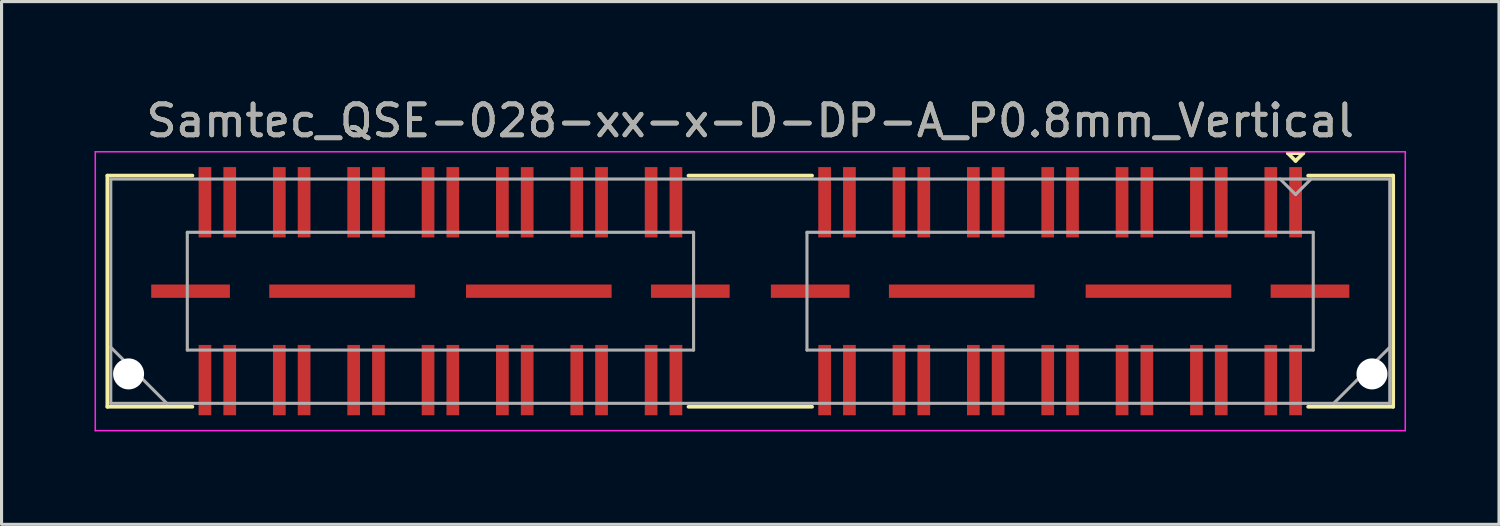
<source format=kicad_pcb>
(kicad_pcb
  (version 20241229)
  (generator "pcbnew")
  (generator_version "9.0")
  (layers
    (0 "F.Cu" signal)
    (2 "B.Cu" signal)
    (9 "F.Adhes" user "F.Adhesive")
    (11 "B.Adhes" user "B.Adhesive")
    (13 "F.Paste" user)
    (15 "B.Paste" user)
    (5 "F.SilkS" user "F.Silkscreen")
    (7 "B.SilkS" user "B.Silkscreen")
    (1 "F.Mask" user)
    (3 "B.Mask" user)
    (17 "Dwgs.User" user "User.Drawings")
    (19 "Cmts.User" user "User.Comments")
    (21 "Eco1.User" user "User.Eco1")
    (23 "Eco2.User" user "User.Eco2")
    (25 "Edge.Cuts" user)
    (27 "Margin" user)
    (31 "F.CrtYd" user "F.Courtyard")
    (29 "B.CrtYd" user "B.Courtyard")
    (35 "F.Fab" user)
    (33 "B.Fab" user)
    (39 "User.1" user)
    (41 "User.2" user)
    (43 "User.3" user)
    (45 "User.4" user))
  (footprint "Samtec_QSE-028-xx-x-D-DP-A_P0.8mm_Vertical"
    (layer "F.Cu")
    (at 21.165 6.348)
    (property "Reference" "Samtec_QSE-028-xx-x-D-DP-A_P0.8mm_Vertical" (at 0 -5.5 0) (layer "F.SilkS") (effects (font (size 1 1) (thickness 0.15))))
    (attr smd)
    (fp_line (start -20.75 -3.73) (end -18.005 -3.73) (stroke (width 0.12) (type solid)) (layer "F.SilkS"))
    (fp_line (start -20.75 3.73) (end -20.75 -3.73) (stroke (width 0.12) (type solid)) (layer "F.SilkS"))
    (fp_line (start -18.005 3.73) (end -20.75 3.73) (stroke (width 0.12) (type solid)) (layer "F.SilkS"))
    (fp_line (start 1.995 -3.73) (end -1.995 -3.73) (stroke (width 0.12) (type solid)) (layer "F.SilkS"))
    (fp_line (start 1.995 3.73) (end -1.995 3.73) (stroke (width 0.12) (type solid)) (layer "F.SilkS"))
    (fp_line (start 17.35 -4.455) (end 17.85 -4.455) (stroke (width 0.12) (type solid)) (layer "F.SilkS"))
    (fp_line (start 17.6 -4.205) (end 17.35 -4.455) (stroke (width 0.12) (type solid)) (layer "F.SilkS"))
    (fp_line (start 17.85 -4.455) (end 17.6 -4.205) (stroke (width 0.12) (type solid)) (layer "F.SilkS"))
    (fp_line (start 18.005 3.73) (end 20.75 3.73) (stroke (width 0.12) (type solid)) (layer "F.SilkS"))
    (fp_line (start 20.75 -3.73) (end 18.005 -3.73) (stroke (width 0.12) (type solid)) (layer "F.SilkS"))
    (fp_line (start 20.75 3.73) (end 20.75 -3.73) (stroke (width 0.12) (type solid)) (layer "F.SilkS"))
    (fp_line (start -21.14 -4.5) (end -21.14 4.5) (stroke (width 0.05) (type solid)) (layer "F.CrtYd"))
    (fp_line (start -21.14 4.5) (end 21.14 4.5) (stroke (width 0.05) (type solid)) (layer "F.CrtYd"))
    (fp_line (start 21.14 -4.5) (end -21.14 -4.5) (stroke (width 0.05) (type solid)) (layer "F.CrtYd"))
    (fp_line (start 21.14 4.5) (end 21.14 -4.5) (stroke (width 0.05) (type solid)) (layer "F.CrtYd"))
    (fp_line (start -20.64 -3.62) (end -20.64 3.62) (stroke (width 0.1) (type solid)) (layer "F.Fab"))
    (fp_line (start -20.64 1.81) (end -18.83 3.62) (stroke (width 0.1) (type solid)) (layer "F.Fab"))
    (fp_line (start -20.64 3.62) (end 20.64 3.62) (stroke (width 0.1) (type solid)) (layer "F.Fab"))
    (fp_line (start -18.17 -1.9) (end -18.17 1.9) (stroke (width 0.1) (type solid)) (layer "F.Fab"))
    (fp_line (start -18.17 1.9) (end -1.83 1.9) (stroke (width 0.1) (type solid)) (layer "F.Fab"))
    (fp_line (start -1.83 -1.9) (end -18.17 -1.9) (stroke (width 0.1) (type solid)) (layer "F.Fab"))
    (fp_line (start -1.83 1.9) (end -1.83 -1.9) (stroke (width 0.1) (type solid)) (layer "F.Fab"))
    (fp_line (start 1.83 -1.9) (end 1.83 1.9) (stroke (width 0.1) (type solid)) (layer "F.Fab"))
    (fp_line (start 1.83 1.9) (end 18.17 1.9) (stroke (width 0.1) (type solid)) (layer "F.Fab"))
    (fp_line (start 17.6 -3.12) (end 17.1 -3.62) (stroke (width 0.1) (type solid)) (layer "F.Fab"))
    (fp_line (start 18.1 -3.62) (end 17.6 -3.12) (stroke (width 0.1) (type solid)) (layer "F.Fab"))
    (fp_line (start 18.17 -1.9) (end 1.83 -1.9) (stroke (width 0.1) (type solid)) (layer "F.Fab"))
    (fp_line (start 18.17 1.9) (end 18.17 -1.9) (stroke (width 0.1) (type solid)) (layer "F.Fab"))
    (fp_line (start 20.64 -3.62) (end -20.64 -3.62) (stroke (width 0.1) (type solid)) (layer "F.Fab"))
    (fp_line (start 20.64 1.81) (end 18.83 3.62) (stroke (width 0.1) (type solid)) (layer "F.Fab"))
    (fp_line (start 20.64 3.62) (end 20.64 -3.62) (stroke (width 0.1) (type solid)) (layer "F.Fab"))
    (fp_text user "${REFERENCE}" (at 0 -5.5 0) (layer "F.Fab") (effects (font (size 1 1) (thickness 0.15))))
    (pad "" np_thru_hole circle (at -20.065 2.67) (size 1 1) (drill 1) (layers "*.Cu" "*.Mask"))
    (pad "" np_thru_hole circle (at 20.065 2.67) (size 1 1) (drill 1) (layers "*.Cu" "*.Mask"))
    (pad "1" smd rect (at 17.6 -2.87) (size 0.41 2.27) (layers "F.Cu" "F.Mask" "F.Paste"))
    (pad "2" smd rect (at 17.6 2.87) (size 0.41 2.27) (layers "F.Cu" "F.Mask" "F.Paste"))
    (pad "3" smd rect (at 16.8 -2.87) (size 0.41 2.27) (layers "F.Cu" "F.Mask" "F.Paste"))
    (pad "4" smd rect (at 16.8 2.87) (size 0.41 2.27) (layers "F.Cu" "F.Mask" "F.Paste"))
    (pad "5" smd rect (at 15.2 -2.87) (size 0.41 2.27) (layers "F.Cu" "F.Mask" "F.Paste"))
    (pad "6" smd rect (at 15.2 2.87) (size 0.41 2.27) (layers "F.Cu" "F.Mask" "F.Paste"))
    (pad "7" smd rect (at 14.4 -2.87) (size 0.41 2.27) (layers "F.Cu" "F.Mask" "F.Paste"))
    (pad "8" smd rect (at 14.4 2.87) (size 0.41 2.27) (layers "F.Cu" "F.Mask" "F.Paste"))
    (pad "9" smd rect (at 12.8 -2.87) (size 0.41 2.27) (layers "F.Cu" "F.Mask" "F.Paste"))
    (pad "10" smd rect (at 12.8 2.87) (size 0.41 2.27) (layers "F.Cu" "F.Mask" "F.Paste"))
    (pad "11" smd rect (at 12 -2.87) (size 0.41 2.27) (layers "F.Cu" "F.Mask" "F.Paste"))
    (pad "12" smd rect (at 12 2.87) (size 0.41 2.27) (layers "F.Cu" "F.Mask" "F.Paste"))
    (pad "13" smd rect (at 10.4 -2.87) (size 0.41 2.27) (layers "F.Cu" "F.Mask" "F.Paste"))
    (pad "14" smd rect (at 10.4 2.87) (size 0.41 2.27) (layers "F.Cu" "F.Mask" "F.Paste"))
    (pad "15" smd rect (at 9.6 -2.87) (size 0.41 2.27) (layers "F.Cu" "F.Mask" "F.Paste"))
    (pad "16" smd rect (at 9.6 2.87) (size 0.41 2.27) (layers "F.Cu" "F.Mask" "F.Paste"))
    (pad "17" smd rect (at 8 -2.87) (size 0.41 2.27) (layers "F.Cu" "F.Mask" "F.Paste"))
    (pad "18" smd rect (at 8 2.87) (size 0.41 2.27) (layers "F.Cu" "F.Mask" "F.Paste"))
    (pad "19" smd rect (at 7.2 -2.87) (size 0.41 2.27) (layers "F.Cu" "F.Mask" "F.Paste"))
    (pad "20" smd rect (at 7.2 2.87) (size 0.41 2.27) (layers "F.Cu" "F.Mask" "F.Paste"))
    (pad "21" smd rect (at 5.6 -2.87) (size 0.41 2.27) (layers "F.Cu" "F.Mask" "F.Paste"))
    (pad "22" smd rect (at 5.6 2.87) (size 0.41 2.27) (layers "F.Cu" "F.Mask" "F.Paste"))
    (pad "23" smd rect (at 4.8 -2.87) (size 0.41 2.27) (layers "F.Cu" "F.Mask" "F.Paste"))
    (pad "24" smd rect (at 4.8 2.87) (size 0.41 2.27) (layers "F.Cu" "F.Mask" "F.Paste"))
    (pad "25" smd rect (at 3.2 -2.87) (size 0.41 2.27) (layers "F.Cu" "F.Mask" "F.Paste"))
    (pad "26" smd rect (at 3.2 2.87) (size 0.41 2.27) (layers "F.Cu" "F.Mask" "F.Paste"))
    (pad "27" smd rect (at 2.4 -2.87) (size 0.41 2.27) (layers "F.Cu" "F.Mask" "F.Paste"))
    (pad "28" smd rect (at 2.4 2.87) (size 0.41 2.27) (layers "F.Cu" "F.Mask" "F.Paste"))
    (pad "29" smd rect (at -2.4 -2.87) (size 0.41 2.27) (layers "F.Cu" "F.Mask" "F.Paste"))
    (pad "30" smd rect (at -2.4 2.87) (size 0.41 2.27) (layers "F.Cu" "F.Mask" "F.Paste"))
    (pad "31" smd rect (at -3.2 -2.87) (size 0.41 2.27) (layers "F.Cu" "F.Mask" "F.Paste"))
    (pad "32" smd rect (at -3.2 2.87) (size 0.41 2.27) (layers "F.Cu" "F.Mask" "F.Paste"))
    (pad "33" smd rect (at -4.8 -2.87) (size 0.41 2.27) (layers "F.Cu" "F.Mask" "F.Paste"))
    (pad "34" smd rect (at -4.8 2.87) (size 0.41 2.27) (layers "F.Cu" "F.Mask" "F.Paste"))
    (pad "35" smd rect (at -5.6 -2.87) (size 0.41 2.27) (layers "F.Cu" "F.Mask" "F.Paste"))
    (pad "36" smd rect (at -5.6 2.87) (size 0.41 2.27) (layers "F.Cu" "F.Mask" "F.Paste"))
    (pad "37" smd rect (at -7.2 -2.87) (size 0.41 2.27) (layers "F.Cu" "F.Mask" "F.Paste"))
    (pad "38" smd rect (at -7.2 2.87) (size 0.41 2.27) (layers "F.Cu" "F.Mask" "F.Paste"))
    (pad "39" smd rect (at -8 -2.87) (size 0.41 2.27) (layers "F.Cu" "F.Mask" "F.Paste"))
    (pad "40" smd rect (at -8 2.87) (size 0.41 2.27) (layers "F.Cu" "F.Mask" "F.Paste"))
    (pad "41" smd rect (at -9.6 -2.87) (size 0.41 2.27) (layers "F.Cu" "F.Mask" "F.Paste"))
    (pad "42" smd rect (at -9.6 2.87) (size 0.41 2.27) (layers "F.Cu" "F.Mask" "F.Paste"))
    (pad "43" smd rect (at -10.4 -2.87) (size 0.41 2.27) (layers "F.Cu" "F.Mask" "F.Paste"))
    (pad "44" smd rect (at -10.4 2.87) (size 0.41 2.27) (layers "F.Cu" "F.Mask" "F.Paste"))
    (pad "45" smd rect (at -12 -2.87) (size 0.41 2.27) (layers "F.Cu" "F.Mask" "F.Paste"))
    (pad "46" smd rect (at -12 2.87) (size 0.41 2.27) (layers "F.Cu" "F.Mask" "F.Paste"))
    (pad "47" smd rect (at -12.8 -2.87) (size 0.41 2.27) (layers "F.Cu" "F.Mask" "F.Paste"))
    (pad "48" smd rect (at -12.8 2.87) (size 0.41 2.27) (layers "F.Cu" "F.Mask" "F.Paste"))
    (pad "49" smd rect (at -14.4 -2.87) (size 0.41 2.27) (layers "F.Cu" "F.Mask" "F.Paste"))
    (pad "50" smd rect (at -14.4 2.87) (size 0.41 2.27) (layers "F.Cu" "F.Mask" "F.Paste"))
    (pad "51" smd rect (at -15.2 -2.87) (size 0.41 2.27) (layers "F.Cu" "F.Mask" "F.Paste"))
    (pad "52" smd rect (at -15.2 2.87) (size 0.41 2.27) (layers "F.Cu" "F.Mask" "F.Paste"))
    (pad "53" smd rect (at -16.8 -2.87) (size 0.41 2.27) (layers "F.Cu" "F.Mask" "F.Paste"))
    (pad "54" smd rect (at -16.8 2.87) (size 0.41 2.27) (layers "F.Cu" "F.Mask" "F.Paste"))
    (pad "55" smd rect (at -17.6 -2.87) (size 0.41 2.27) (layers "F.Cu" "F.Mask" "F.Paste"))
    (pad "56" smd rect (at -17.6 2.87) (size 0.41 2.27) (layers "F.Cu" "F.Mask" "F.Paste"))
    (pad "P1" smd rect (at 1.935 0) (size 2.54 0.43) (layers "F.Cu" "F.Mask" "F.Paste"))
    (pad "P1" smd rect (at 6.825 0) (size 4.7 0.43) (layers "F.Cu" "F.Mask" "F.Paste"))
    (pad "P1" smd rect (at 13.175 0) (size 4.7 0.43) (layers "F.Cu" "F.Mask" "F.Paste"))
    (pad "P1" smd rect (at 18.065 0) (size 2.54 0.43) (layers "F.Cu" "F.Mask" "F.Paste"))
    (pad "P2" smd rect (at -18.065 0) (size 2.54 0.43) (layers "F.Cu" "F.Mask" "F.Paste"))
    (pad "P2" smd rect (at -13.175 0) (size 4.7 0.43) (layers "F.Cu" "F.Mask" "F.Paste"))
    (pad "P2" smd rect (at -6.825 0) (size 4.7 0.43) (layers "F.Cu" "F.Mask" "F.Paste"))
    (pad "P2" smd rect (at -1.935 0) (size 2.54 0.43) (layers "F.Cu" "F.Mask" "F.Paste")))
  (gr_rect
    (start -3 -3)
    (end 45.33 13.873)
    (stroke (width 0.1) (type default))
    (fill no)
    (layer "Edge.Cuts")))
</source>
